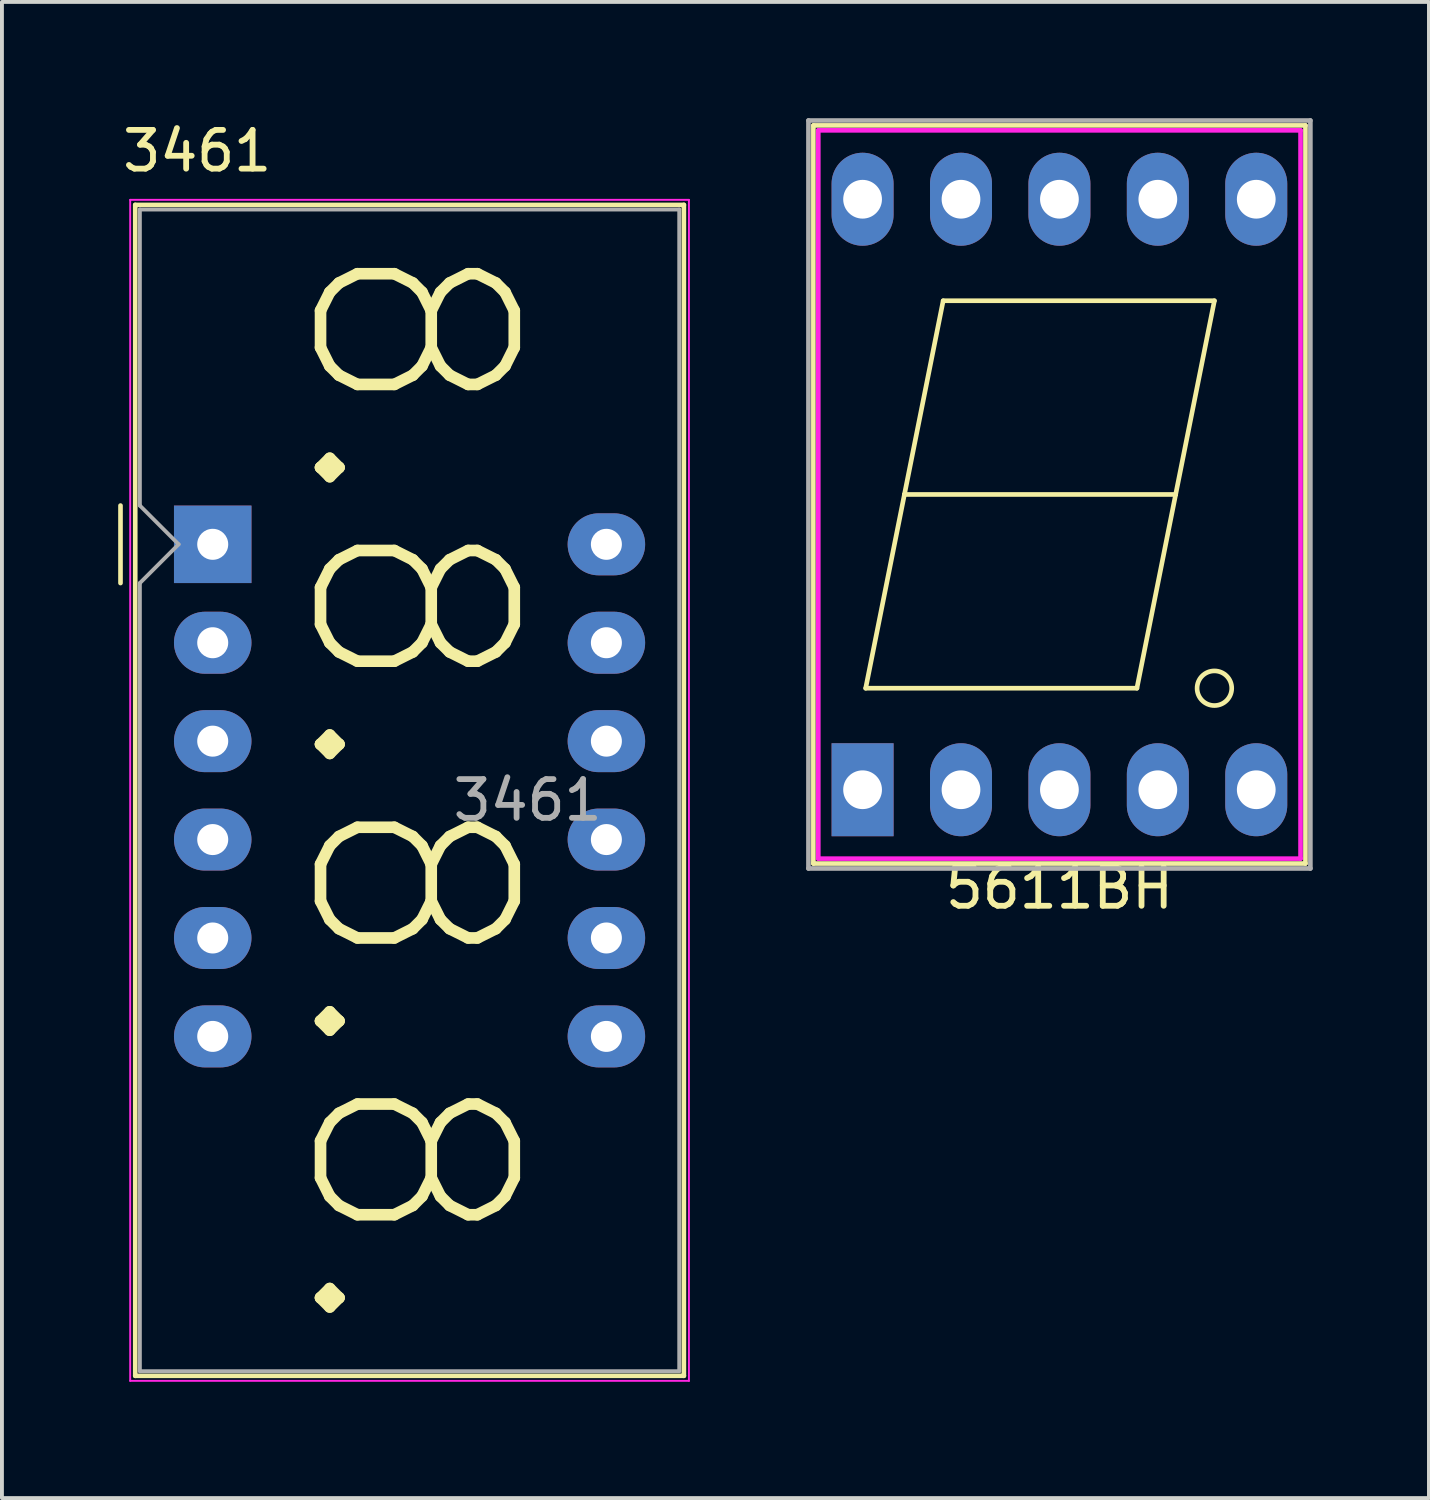
<source format=kicad_pcb>
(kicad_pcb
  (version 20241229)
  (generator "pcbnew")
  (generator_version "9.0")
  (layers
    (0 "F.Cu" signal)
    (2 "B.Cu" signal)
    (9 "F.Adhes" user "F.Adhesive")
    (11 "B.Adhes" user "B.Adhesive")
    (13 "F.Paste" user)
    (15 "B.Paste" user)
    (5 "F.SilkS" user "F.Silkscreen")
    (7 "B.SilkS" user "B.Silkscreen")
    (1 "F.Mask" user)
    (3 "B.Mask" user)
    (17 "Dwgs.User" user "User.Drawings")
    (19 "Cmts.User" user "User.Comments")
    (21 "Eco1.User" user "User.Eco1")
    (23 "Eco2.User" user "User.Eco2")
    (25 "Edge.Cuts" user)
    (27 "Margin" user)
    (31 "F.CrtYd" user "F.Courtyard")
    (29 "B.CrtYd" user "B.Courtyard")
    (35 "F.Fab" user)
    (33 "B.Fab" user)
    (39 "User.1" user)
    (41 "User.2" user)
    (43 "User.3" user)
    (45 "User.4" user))
  (footprint "5611BH"
    (layer "F.Cu")
    (at 24.292 9.712)
    (property "Reference" "5611BH" (at 0 10.16 0) (layer "F.SilkS") (effects (font (size 1 1) (thickness 0.15))))
    (attr through_hole)
    (fp_line (start -6.35 -9.525) (end -6.35 9.525) (stroke (width 0.12) (type solid)) (layer "F.SilkS"))
    (fp_line (start -6.35 -9.525) (end 6.35 -9.525) (stroke (width 0.12) (type solid)) (layer "F.SilkS"))
    (fp_line (start -6.35 9.525) (end 6.35 9.525) (stroke (width 0.12) (type solid)) (layer "F.SilkS"))
    (fp_line (start -5 5) (end 2 5) (stroke (width 0.12) (type solid)) (layer "F.SilkS"))
    (fp_line (start -4 0) (end -5 5) (stroke (width 0.12) (type solid)) (layer "F.SilkS"))
    (fp_line (start -3 -5) (end -4 0) (stroke (width 0.12) (type solid)) (layer "F.SilkS"))
    (fp_line (start -3 -5) (end 4 -5) (stroke (width 0.12) (type solid)) (layer "F.SilkS"))
    (fp_line (start 2 5) (end 3 0) (stroke (width 0.12) (type solid)) (layer "F.SilkS"))
    (fp_line (start 3 0) (end -4 0) (stroke (width 0.12) (type solid)) (layer "F.SilkS"))
    (fp_line (start 4 -5) (end 3 0) (stroke (width 0.12) (type solid)) (layer "F.SilkS"))
    (fp_line (start 6.35 9.525) (end 6.35 -9.525) (stroke (width 0.12) (type solid)) (layer "F.SilkS"))
    (fp_circle (center 4 5) (end 4 4.553) (stroke (width 0.12) (type solid)) (fill no) (layer "F.SilkS"))
    (fp_line (start -6.223 -9.398) (end 6.223 -9.398) (stroke (width 0.12) (type solid)) (layer "F.CrtYd"))
    (fp_line (start -6.223 9.398) (end -6.223 -9.398) (stroke (width 0.12) (type solid)) (layer "F.CrtYd"))
    (fp_line (start 6.223 -9.398) (end 6.223 9.398) (stroke (width 0.12) (type solid)) (layer "F.CrtYd"))
    (fp_line (start 6.223 9.398) (end -6.223 9.398) (stroke (width 0.12) (type solid)) (layer "F.CrtYd"))
    (fp_line (start -6.477 -9.652) (end 6.477 -9.652) (stroke (width 0.12) (type solid)) (layer "F.Fab"))
    (fp_line (start -6.477 9.652) (end -6.477 -9.652) (stroke (width 0.12) (type solid)) (layer "F.Fab"))
    (fp_line (start 6.477 -9.652) (end 6.477 9.652) (stroke (width 0.12) (type solid)) (layer "F.Fab"))
    (fp_line (start 6.477 9.652) (end -6.477 9.652) (stroke (width 0.12) (type solid)) (layer "F.Fab"))
    (pad "1" thru_hole rect (at -5.08 7.62 90) (size 2.4 1.6) (drill 1) (layers "*.Cu" "*.Mask"))
    (pad "2" thru_hole oval (at -2.54 7.62 90) (size 2.4 1.6) (drill 1) (layers "*.Cu" "*.Mask"))
    (pad "3" thru_hole oval (at 0 7.62 90) (size 2.4 1.6) (drill 1) (layers "*.Cu" "*.Mask"))
    (pad "4" thru_hole oval (at 2.54 7.62 90) (size 2.4 1.6) (drill 1) (layers "*.Cu" "*.Mask"))
    (pad "5" thru_hole oval (at 5.08 7.62 90) (size 2.4 1.6) (drill 1) (layers "*.Cu" "*.Mask"))
    (pad "6" thru_hole oval (at 5.08 -7.62 90) (size 2.4 1.6) (drill 1) (layers "*.Cu" "*.Mask"))
    (pad "7" thru_hole oval (at 2.54 -7.62 90) (size 2.4 1.6) (drill 1) (layers "*.Cu" "*.Mask"))
    (pad "8" thru_hole oval (at 0 -7.62 90) (size 2.4 1.6) (drill 1) (layers "*.Cu" "*.Mask"))
    (pad "9" thru_hole oval (at -2.54 -7.62 90) (size 2.4 1.6) (drill 1) (layers "*.Cu" "*.Mask"))
    (pad "10" thru_hole oval (at -5.08 -7.62 90) (size 2.4 1.6) (drill 1) (layers "*.Cu" "*.Mask")))
  (footprint "3461"
    (layer "F.Cu")
    (at 2.44 10.998)
    (property "Reference" "3461" (at -0.4 -10.15 0) (layer "F.SilkS") (effects (font (size 1 1) (thickness 0.15))))
    (attr through_hole)
    (fp_line (start -2.38 -1) (end -2.38 1) (stroke (width 0.12) (type solid)) (layer "F.SilkS"))
    (fp_line (start -2 -8.76) (end -2 21.46) (stroke (width 0.12) (type solid)) (layer "F.SilkS"))
    (fp_line (start -2 -8.76) (end 12.16 -8.76) (stroke (width 0.12) (type solid)) (layer "F.SilkS"))
    (fp_line (start -2 21.46) (end 12.16 21.46) (stroke (width 0.12) (type solid)) (layer "F.SilkS"))
    (fp_line (start 12.16 21.46) (end 12.16 -8.76) (stroke (width 0.12) (type solid)) (layer "F.SilkS"))
    (fp_line (start -2.13 -8.89) (end 12.29 -8.89) (stroke (width 0.05) (type solid)) (layer "F.CrtYd"))
    (fp_line (start -2.13 21.59) (end -2.13 -8.89) (stroke (width 0.05) (type solid)) (layer "F.CrtYd"))
    (fp_line (start 12.29 -8.89) (end 12.29 21.59) (stroke (width 0.05) (type solid)) (layer "F.CrtYd"))
    (fp_line (start 12.29 21.59) (end -2.13 21.59) (stroke (width 0.05) (type solid)) (layer "F.CrtYd"))
    (fp_line (start -1.88 -8.64) (end 12.04 -8.64) (stroke (width 0.1) (type solid)) (layer "F.Fab"))
    (fp_line (start -1.88 -1) (end -1.88 -8.64) (stroke (width 0.1) (type solid)) (layer "F.Fab"))
    (fp_line (start -1.88 1) (end -1.88 21.34) (stroke (width 0.1) (type solid)) (layer "F.Fab"))
    (fp_line (start -1.88 1) (end -0.88 0) (stroke (width 0.1) (type solid)) (layer "F.Fab"))
    (fp_line (start -1.88 21.34) (end 12.04 21.34) (stroke (width 0.1) (type solid)) (layer "F.Fab"))
    (fp_line (start -0.88 0) (end -1.88 -1) (stroke (width 0.1) (type solid)) (layer "F.Fab"))
    (fp_line (start 12.04 -8.64) (end 12.04 21.34) (stroke (width 0.1) (type solid)) (layer "F.Fab"))
    (fp_text user "8.8.8.8." (at 5.08 6.35 270) (unlocked yes) (layer "F.SilkS") (effects (font (size 5 5) (thickness 0.3))))
    (fp_text user "${REFERENCE}" (at 8.128 6.604 0) (layer "F.Fab") (effects (font (size 1 1) (thickness 0.15))))
    (pad "1" thru_hole rect (at 0 0) (size 2 2) (drill 0.8) (layers "*.Cu" "*.Mask"))
    (pad "2" thru_hole oval (at 0 2.54) (size 2 1.6) (drill 0.8) (layers "*.Cu" "*.Mask"))
    (pad "3" thru_hole oval (at 0 5.08) (size 2 1.6) (drill 0.8) (layers "*.Cu" "*.Mask"))
    (pad "4" thru_hole oval (at 0 7.62) (size 2 1.6) (drill 0.8) (layers "*.Cu" "*.Mask"))
    (pad "5" thru_hole oval (at 0 10.16) (size 2 1.6) (drill 0.8) (layers "*.Cu" "*.Mask"))
    (pad "6" thru_hole oval (at 0 12.7) (size 2 1.6) (drill 0.8) (layers "*.Cu" "*.Mask"))
    (pad "7" thru_hole oval (at 10.16 12.7) (size 2 1.6) (drill 0.8) (layers "*.Cu" "*.Mask"))
    (pad "8" thru_hole oval (at 10.16 10.16) (size 2 1.6) (drill 0.8) (layers "*.Cu" "*.Mask"))
    (pad "9" thru_hole oval (at 10.16 7.62) (size 2 1.6) (drill 0.8) (layers "*.Cu" "*.Mask"))
    (pad "10" thru_hole oval (at 10.16 5.08) (size 2 1.6) (drill 0.8) (layers "*.Cu" "*.Mask"))
    (pad "11" thru_hole oval (at 10.16 2.54) (size 2 1.6) (drill 0.8) (layers "*.Cu" "*.Mask"))
    (pad "12" thru_hole oval (at 10.16 0) (size 2 1.6) (drill 0.8) (layers "*.Cu" "*.Mask")))
  (gr_rect
    (start -3 -3)
    (end 33.829 35.613)
    (stroke (width 0.1) (type default))
    (fill no)
    (layer "Edge.Cuts")))
</source>
